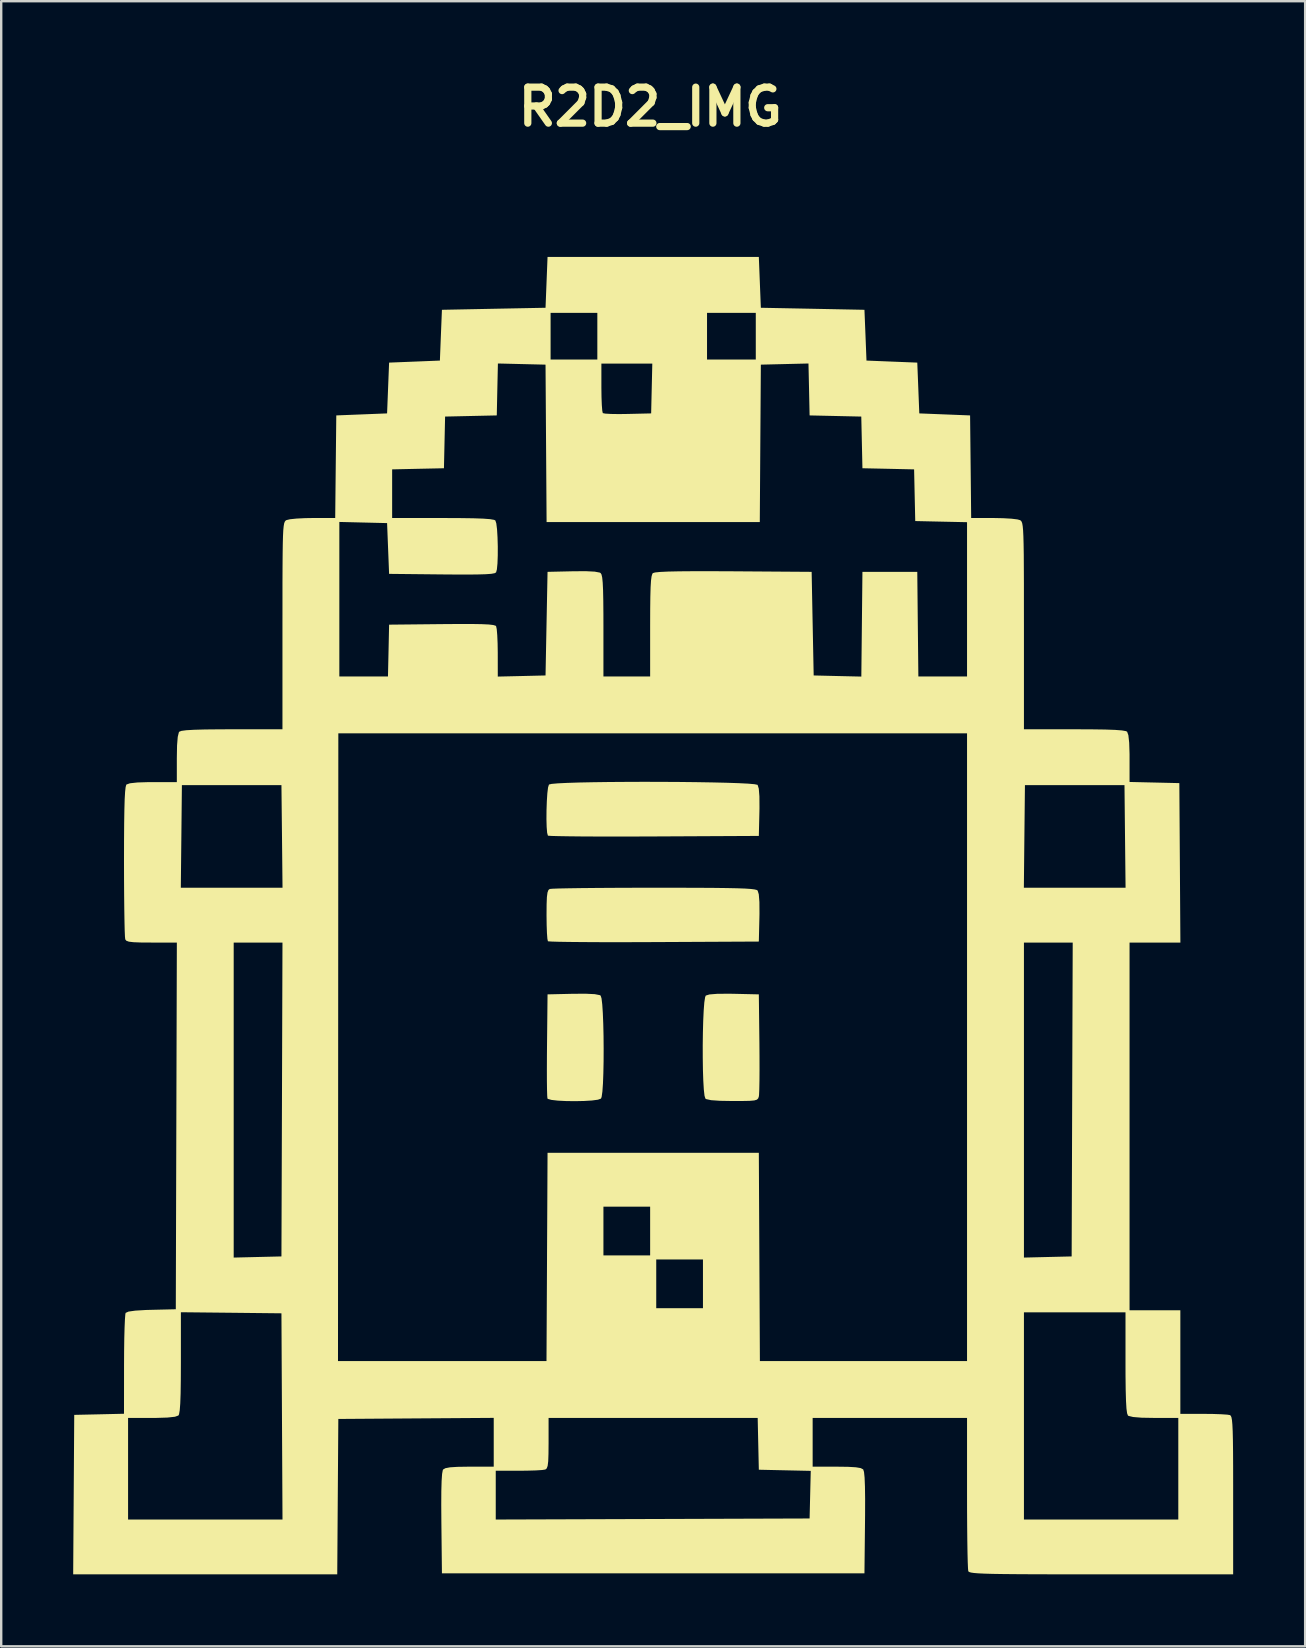
<source format=kicad_pcb>
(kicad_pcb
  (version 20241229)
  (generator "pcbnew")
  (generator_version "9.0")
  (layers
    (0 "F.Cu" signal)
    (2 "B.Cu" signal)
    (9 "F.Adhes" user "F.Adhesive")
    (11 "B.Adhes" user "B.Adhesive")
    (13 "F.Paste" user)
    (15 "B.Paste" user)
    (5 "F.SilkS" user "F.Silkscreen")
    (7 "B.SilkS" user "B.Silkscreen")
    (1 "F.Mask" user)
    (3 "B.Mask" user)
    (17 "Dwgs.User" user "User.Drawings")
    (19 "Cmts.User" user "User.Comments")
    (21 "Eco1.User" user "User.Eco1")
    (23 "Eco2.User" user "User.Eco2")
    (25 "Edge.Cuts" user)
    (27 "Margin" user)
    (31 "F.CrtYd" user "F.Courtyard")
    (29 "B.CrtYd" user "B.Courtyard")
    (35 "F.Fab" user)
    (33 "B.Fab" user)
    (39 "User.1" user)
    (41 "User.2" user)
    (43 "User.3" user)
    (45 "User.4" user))
  (footprint "R2D2_IMG"
    (layer "F.Cu")
    (at 24.555 35.304)
    (property "Reference" "R2D2_IMG" (at -0.5 -33.9 0) (layer "F.SilkS") (effects (font (size 1.5 1.5) (thickness 0.3))))
    (attr board_only exclude_from_pos_files exclude_from_bom)
    (fp_poly (pts (xy -2.817 3.081) (xy -2.607 3.122) (xy -2.573 3.14) (xy -2.535 3.254) (xy -2.504 3.508) (xy -2.48 3.874) (xy -2.462 4.322) (xy -2.45 4.825) (xy -2.446 5.353) (xy -2.448 5.877) (xy -2.458 6.369) (xy -2.474 6.8) (xy -2.498 7.141) (xy -2.53 7.364) (xy -2.557 7.434) (xy -2.684 7.48) (xy -2.932 7.513) (xy -3.262 7.533) (xy -3.636 7.541) (xy -4.013 7.536) (xy -4.354 7.519) (xy -4.619 7.489) (xy -4.769 7.447) (xy -4.788 7.428) (xy -4.798 7.317) (xy -4.806 7.06) (xy -4.811 6.683) (xy -4.812 6.209) (xy -4.81 5.663) (xy -4.806 5.205) (xy -4.784 3.09) (xy -3.737 3.066) (xy -3.194 3.063)) (stroke (width 0) (type solid)) (fill yes) (layer "F.SilkS"))
    (fp_poly (pts (xy 2.975 3.066) (xy 4.022 3.09) (xy 4.046 5.122) (xy 4.05 5.702) (xy 4.051 6.234) (xy 4.048 6.691) (xy 4.041 7.047) (xy 4.031 7.277) (xy 4.023 7.345) (xy 3.996 7.424) (xy 3.942 7.478) (xy 3.832 7.511) (xy 3.636 7.528) (xy 3.326 7.534) (xy 2.936 7.535) (xy 2.4 7.526) (xy 2.031 7.5) (xy 1.828 7.455) (xy 1.795 7.434) (xy 1.758 7.314) (xy 1.729 7.055) (xy 1.707 6.685) (xy 1.692 6.234) (xy 1.685 5.73) (xy 1.684 5.202) (xy 1.691 4.678) (xy 1.704 4.188) (xy 1.724 3.76) (xy 1.75 3.423) (xy 1.784 3.206) (xy 1.811 3.14) (xy 1.964 3.093) (xy 2.284 3.067) (xy 2.77 3.063)) (stroke (width 0) (type solid)) (fill yes) (layer "F.SilkS"))
    (fp_poly (pts (xy -0.036 -5.767) (xy 0.703 -5.763) (xy 1.414 -5.755) (xy 2.076 -5.744) (xy 2.67 -5.73) (xy 3.176 -5.713) (xy 3.574 -5.693) (xy 3.844 -5.669) (xy 3.968 -5.643) (xy 3.972 -5.639) (xy 4.02 -5.484) (xy 4.046 -5.161) (xy 4.049 -4.672) (xy 4.046 -4.518) (xy 4.022 -3.514) (xy -0.345 -3.492) (xy -1.189 -3.489) (xy -1.982 -3.488) (xy -2.707 -3.489) (xy -3.348 -3.492) (xy -3.89 -3.498) (xy -4.316 -3.505) (xy -4.61 -3.513) (xy -4.756 -3.523) (xy -4.769 -3.527) (xy -4.801 -3.644) (xy -4.821 -3.887) (xy -4.83 -4.215) (xy -4.827 -4.586) (xy -4.814 -4.957) (xy -4.793 -5.287) (xy -4.763 -5.534) (xy -4.725 -5.655) (xy -4.724 -5.656) (xy -4.615 -5.682) (xy -4.357 -5.705) (xy -3.969 -5.724) (xy -3.472 -5.74) (xy -2.886 -5.752) (xy -2.229 -5.761) (xy -1.522 -5.766) (xy -0.784 -5.769)) (stroke (width 0) (type solid)) (fill yes) (layer "F.SilkS"))
    (fp_poly (pts (xy 0.636 -1.354) (xy 1.458 -1.352) (xy 2.136 -1.348) (xy 2.684 -1.341) (xy 3.116 -1.332) (xy 3.443 -1.32) (xy 3.68 -1.304) (xy 3.838 -1.285) (xy 3.932 -1.262) (xy 3.972 -1.237) (xy 4.02 -1.081) (xy 4.046 -0.758) (xy 4.049 -0.269) (xy 4.046 -0.115) (xy 4.022 0.889) (xy -0.345 0.911) (xy -1.189 0.914) (xy -1.982 0.915) (xy -2.707 0.914) (xy -3.348 0.91) (xy -3.89 0.905) (xy -4.316 0.898) (xy -4.61 0.889) (xy -4.756 0.879) (xy -4.769 0.876) (xy -4.791 0.773) (xy -4.809 0.537) (xy -4.821 0.2) (xy -4.826 -0.201) (xy -4.826 -0.217) (xy -4.823 -0.663) (xy -4.811 -0.967) (xy -4.786 -1.157) (xy -4.747 -1.26) (xy -4.692 -1.303) (xy -4.583 -1.313) (xy -4.322 -1.323) (xy -3.924 -1.331) (xy -3.408 -1.339) (xy -2.789 -1.345) (xy -2.085 -1.35) (xy -1.312 -1.353) (xy -0.486 -1.355) (xy -0.342 -1.355)) (stroke (width 0) (type solid)) (fill yes) (layer "F.SilkS"))
    (fp_poly (pts (xy 4.064 -26.585) (xy 4.106 -25.527) (xy 6.265 -25.485) (xy 8.424 -25.442) (xy 8.467 -24.384) (xy 8.509 -23.326) (xy 9.567 -23.283) (xy 10.626 -23.241) (xy 10.668 -22.183) (xy 10.71 -21.124) (xy 11.769 -21.082) (xy 12.827 -21.04) (xy 12.85 -18.902) (xy 12.872 -16.764) (xy 13.808 -16.764) (xy 14.204 -16.756) (xy 14.55 -16.736) (xy 14.802 -16.705) (xy 14.907 -16.676) (xy 14.944 -16.652) (xy 14.974 -16.611) (xy 15 -16.54) (xy 15.02 -16.424) (xy 15.036 -16.251) (xy 15.048 -16.006) (xy 15.057 -15.674) (xy 15.064 -15.243) (xy 15.067 -14.698) (xy 15.07 -14.024) (xy 15.07 -13.209) (xy 15.071 -12.274) (xy 15.071 -7.959) (xy 17.17 -7.959) (xy 17.89 -7.956) (xy 18.452 -7.948) (xy 18.87 -7.933) (xy 19.155 -7.911) (xy 19.321 -7.882) (xy 19.372 -7.857) (xy 19.424 -7.711) (xy 19.458 -7.398) (xy 19.473 -6.92) (xy 19.473 -6.759) (xy 19.473 -5.763) (xy 20.511 -5.739) (xy 21.548 -5.715) (xy 21.57 -2.392) (xy 21.592 0.931) (xy 20.533 0.931) (xy 19.473 0.931) (xy 19.473 8.594) (xy 19.473 16.256) (xy 20.532 16.256) (xy 21.59 16.256) (xy 21.59 18.415) (xy 21.59 20.574) (xy 22.557 20.574) (xy 22.955 20.578) (xy 23.299 20.59) (xy 23.549 20.607) (xy 23.657 20.625) (xy 23.692 20.653) (xy 23.72 20.718) (xy 23.742 20.837) (xy 23.759 21.023) (xy 23.772 21.293) (xy 23.781 21.663) (xy 23.787 22.148) (xy 23.79 22.763) (xy 23.791 23.524) (xy 23.791 23.97) (xy 23.791 27.263) (xy 18.297 27.263) (xy 17.19 27.262) (xy 16.24 27.261) (xy 15.436 27.259) (xy 14.765 27.255) (xy 14.215 27.25) (xy 13.775 27.243) (xy 13.432 27.233) (xy 13.174 27.221) (xy 12.99 27.206) (xy 12.867 27.188) (xy 12.794 27.166) (xy 12.758 27.141) (xy 12.751 27.129) (xy 12.74 27.016) (xy 12.729 26.753) (xy 12.719 26.361) (xy 12.711 25.859) (xy 12.705 25.266) (xy 12.701 24.603) (xy 12.7 23.888) (xy 12.7 23.869) (xy 12.7 20.743) (xy 9.483 20.743) (xy 6.265 20.743) (xy 6.265 21.759) (xy 6.265 22.775) (xy 7.271 22.775) (xy 7.741 22.781) (xy 8.066 22.8) (xy 8.267 22.834) (xy 8.369 22.887) (xy 8.373 22.892) (xy 8.406 22.998) (xy 8.43 23.231) (xy 8.445 23.602) (xy 8.452 24.119) (xy 8.45 24.792) (xy 8.447 25.114) (xy 8.424 27.22) (xy -0.381 27.22) (xy -9.186 27.22) (xy -9.209 25.114) (xy -9.21 24.978) (xy -6.943 24.978) (xy -0.402 24.956) (xy 6.138 24.934) (xy 6.162 23.942) (xy 6.186 22.95) (xy 5.104 22.926) (xy 4.022 22.902) (xy 3.998 21.823) (xy 3.974 20.743) (xy -0.384 20.743) (xy -4.741 20.743) (xy -4.741 21.793) (xy -4.745 22.242) (xy -4.756 22.549) (xy -4.78 22.742) (xy -4.819 22.848) (xy -4.875 22.893) (xy -5.01 22.914) (xy -5.275 22.931) (xy -5.629 22.941) (xy -5.976 22.945) (xy -6.943 22.945) (xy -6.943 23.961) (xy -6.943 24.978) (xy -9.21 24.978) (xy -9.214 24.375) (xy -9.211 23.795) (xy -9.199 23.366) (xy -9.179 23.077) (xy -9.15 22.92) (xy -9.135 22.892) (xy -9.041 22.838) (xy -8.848 22.802) (xy -8.535 22.782) (xy -8.077 22.775) (xy -8.033 22.775) (xy -7.027 22.775) (xy -7.027 21.758) (xy -7.027 20.741) (xy -10.266 20.763) (xy -13.504 20.786) (xy -13.527 24.024) (xy -13.549 27.263) (xy -19.052 27.263) (xy -24.555 27.263) (xy -24.54 24.977) (xy -22.267 24.977) (xy -19.049 24.977) (xy -15.831 24.977) (xy -15.853 20.68) (xy -15.865 18.373) (xy -13.518 18.373) (xy -9.173 18.373) (xy -4.828 18.373) (xy -4.806 14.139) (xy -0.254 14.139) (xy -0.254 15.155) (xy -0.254 16.171) (xy 0.72 16.171) (xy 1.693 16.171) (xy 1.693 15.155) (xy 1.693 14.139) (xy 0.72 14.139) (xy -0.254 14.139) (xy -4.806 14.139) (xy -4.806 14.034) (xy -4.795 11.938) (xy -2.455 11.938) (xy -2.455 12.954) (xy -2.455 13.97) (xy -1.482 13.97) (xy -0.508 13.97) (xy -0.508 12.954) (xy -0.508 11.938) (xy -1.482 11.938) (xy -2.455 11.938) (xy -4.795 11.938) (xy -4.784 9.694) (xy -0.381 9.694) (xy 4.022 9.694) (xy 4.044 14.034) (xy 4.066 18.373) (xy 8.383 18.373) (xy 12.7 18.373) (xy 12.7 16.341) (xy 15.071 16.341) (xy 15.071 20.659) (xy 15.071 24.977) (xy 18.288 24.977) (xy 21.505 24.977) (xy 21.505 22.86) (xy 21.505 20.743) (xy 20.506 20.743) (xy 19.981 20.734) (xy 19.622 20.705) (xy 19.429 20.658) (xy 19.406 20.642) (xy 19.371 20.551) (xy 19.344 20.35) (xy 19.325 20.024) (xy 19.312 19.563) (xy 19.305 18.953) (xy 19.304 18.44) (xy 19.304 16.341) (xy 17.187 16.341) (xy 15.071 16.341) (xy 12.7 16.341) (xy 12.7 5.292) (xy 12.7 0.931) (xy 15.071 0.931) (xy 15.071 7.496) (xy 15.071 14.06) (xy 16.066 14.036) (xy 17.06 14.012) (xy 17.082 7.472) (xy 17.104 0.931) (xy 16.087 0.931) (xy 15.071 0.931) (xy 12.7 0.931) (xy 12.7 -1.355) (xy 15.068 -1.355) (xy 17.187 -1.355) (xy 19.307 -1.355) (xy 19.284 -3.493) (xy 19.262 -5.63) (xy 17.187 -5.63) (xy 15.113 -5.63) (xy 15.09 -3.493) (xy 15.068 -1.355) (xy 12.7 -1.355) (xy 12.7 -7.789) (xy -0.402 -7.789) (xy -13.504 -7.789) (xy -13.511 5.292) (xy -13.518 18.373) (xy -15.865 18.373) (xy -15.875 16.383) (xy -17.971 16.36) (xy -20.066 16.338) (xy -20.066 18.439) (xy -20.069 19.158) (xy -20.077 19.721) (xy -20.092 20.139) (xy -20.114 20.425) (xy -20.143 20.591) (xy -20.168 20.642) (xy -20.313 20.694) (xy -20.626 20.728) (xy -21.106 20.743) (xy -21.268 20.743) (xy -22.267 20.743) (xy -22.267 22.86) (xy -22.267 24.977) (xy -24.54 24.977) (xy -24.533 23.939) (xy -24.511 20.616) (xy -23.474 20.593) (xy -22.437 20.569) (xy -22.435 18.518) (xy -22.432 17.942) (xy -22.425 17.42) (xy -22.413 16.976) (xy -22.398 16.636) (xy -22.381 16.424) (xy -22.369 16.365) (xy -22.249 16.311) (xy -21.966 16.271) (xy -21.517 16.244) (xy -21.29 16.238) (xy -20.278 16.214) (xy -20.256 8.572) (xy -20.234 0.931) (xy -17.865 0.931) (xy -17.865 7.496) (xy -17.865 14.06) (xy -16.87 14.036) (xy -15.875 14.012) (xy -15.853 7.472) (xy -15.832 0.931) (xy -16.848 0.931) (xy -17.865 0.931) (xy -20.234 0.931) (xy -21.284 0.931) (xy -21.733 0.928) (xy -22.041 0.916) (xy -22.234 0.893) (xy -22.34 0.854) (xy -22.385 0.797) (xy -22.397 0.685) (xy -22.408 0.422) (xy -22.417 0.03) (xy -22.425 -0.472) (xy -22.431 -1.065) (xy -22.433 -1.355) (xy -20.069 -1.355) (xy -17.949 -1.355) (xy -15.83 -1.355) (xy -15.852 -3.493) (xy -15.875 -5.63) (xy -17.949 -5.63) (xy -20.024 -5.63) (xy -20.046 -3.493) (xy -20.069 -1.355) (xy -22.433 -1.355) (xy -22.435 -1.727) (xy -22.437 -2.44) (xy -22.437 -2.445) (xy -22.435 -3.319) (xy -22.43 -4.035) (xy -22.421 -4.604) (xy -22.409 -5.039) (xy -22.391 -5.349) (xy -22.369 -5.548) (xy -22.342 -5.646) (xy -22.335 -5.656) (xy -22.189 -5.708) (xy -21.876 -5.742) (xy -21.397 -5.757) (xy -21.234 -5.757) (xy -20.235 -5.757) (xy -20.235 -6.756) (xy -20.226 -7.282) (xy -20.197 -7.641) (xy -20.15 -7.833) (xy -20.134 -7.857) (xy -20.043 -7.892) (xy -19.842 -7.919) (xy -19.516 -7.938) (xy -19.055 -7.951) (xy -18.445 -7.957) (xy -17.932 -7.959) (xy -15.833 -7.959) (xy -15.833 -10.16) (xy -13.462 -10.16) (xy -12.449 -10.16) (xy -11.435 -10.16) (xy -11.411 -11.239) (xy -11.388 -12.319) (xy -9.192 -12.342) (xy -8.489 -12.347) (xy -7.938 -12.347) (xy -7.525 -12.34) (xy -7.233 -12.326) (xy -7.047 -12.304) (xy -6.949 -12.275) (xy -6.929 -12.257) (xy -6.902 -12.134) (xy -6.88 -11.879) (xy -6.865 -11.531) (xy -6.859 -11.152) (xy -6.858 -10.155) (xy -5.863 -10.178) (xy -4.868 -10.202) (xy -4.826 -12.361) (xy -4.784 -14.52) (xy -3.737 -14.544) (xy -3.194 -14.548) (xy -2.817 -14.529) (xy -2.607 -14.489) (xy -2.573 -14.47) (xy -2.535 -14.409) (xy -2.506 -14.281) (xy -2.485 -14.071) (xy -2.47 -13.758) (xy -2.461 -13.326) (xy -2.456 -12.755) (xy -2.455 -12.266) (xy -2.455 -10.16) (xy -1.482 -10.16) (xy -0.508 -10.16) (xy -0.508 -12.266) (xy -0.506 -12.947) (xy -0.5 -13.476) (xy -0.489 -13.872) (xy -0.472 -14.153) (xy -0.448 -14.335) (xy -0.416 -14.438) (xy -0.392 -14.469) (xy -0.301 -14.495) (xy -0.094 -14.516) (xy 0.238 -14.532) (xy 0.704 -14.542) (xy 1.313 -14.547) (xy 2.073 -14.547) (xy 2.973 -14.543) (xy 6.223 -14.52) (xy 6.265 -12.361) (xy 6.308 -10.202) (xy 7.301 -10.178) (xy 8.294 -10.155) (xy 8.317 -12.337) (xy 8.34 -14.52) (xy 9.483 -14.52) (xy 10.626 -14.52) (xy 10.648 -12.34) (xy 10.671 -10.16) (xy 11.685 -10.16) (xy 12.7 -10.16) (xy 12.7 -13.375) (xy 12.7 -16.59) (xy 11.62 -16.613) (xy 10.541 -16.637) (xy 10.517 -17.714) (xy 10.494 -18.791) (xy 9.417 -18.815) (xy 8.34 -18.838) (xy 8.316 -19.915) (xy 8.292 -20.992) (xy 7.215 -21.016) (xy 6.138 -21.04) (xy 6.115 -22.122) (xy 6.091 -23.204) (xy 5.099 -23.18) (xy 4.106 -23.156) (xy 4.084 -19.875) (xy 4.062 -16.595) (xy -0.381 -16.595) (xy -4.824 -16.595) (xy -4.846 -19.875) (xy -4.868 -23.156) (xy -5.861 -23.18) (xy -6.631 -23.199) (xy -2.54 -23.199) (xy -2.54 -22.197) (xy -2.535 -21.8) (xy -2.522 -21.468) (xy -2.503 -21.234) (xy -2.481 -21.136) (xy -2.378 -21.115) (xy -2.141 -21.101) (xy -1.807 -21.096) (xy -1.444 -21.101) (xy -0.466 -21.124) (xy -0.442 -22.162) (xy -0.418 -23.199) (xy -1.479 -23.199) (xy -2.54 -23.199) (xy -6.631 -23.199) (xy -6.853 -23.204) (xy -6.877 -22.122) (xy -6.9 -21.04) (xy -7.977 -21.016) (xy -9.054 -20.992) (xy -9.078 -19.915) (xy -9.102 -18.838) (xy -10.181 -18.815) (xy -11.261 -18.791) (xy -11.261 -17.777) (xy -11.261 -16.764) (xy -9.161 -16.764) (xy -8.442 -16.761) (xy -7.879 -16.753) (xy -7.462 -16.738) (xy -7.176 -16.716) (xy -7.01 -16.687) (xy -6.96 -16.662) (xy -6.92 -16.541) (xy -6.889 -16.292) (xy -6.869 -15.958) (xy -6.858 -15.582) (xy -6.859 -15.205) (xy -6.871 -14.869) (xy -6.896 -14.618) (xy -6.929 -14.498) (xy -6.988 -14.464) (xy -7.129 -14.438) (xy -7.367 -14.421) (xy -7.719 -14.411) (xy -8.2 -14.407) (xy -8.826 -14.41) (xy -9.192 -14.413) (xy -11.388 -14.436) (xy -11.43 -15.494) (xy -11.472 -16.552) (xy -12.467 -16.576) (xy -13.462 -16.6) (xy -13.462 -13.38) (xy -13.462 -10.16) (xy -15.833 -10.16) (xy -15.833 -12.274) (xy -15.832 -13.239) (xy -15.832 -14.049) (xy -15.829 -14.718) (xy -15.825 -15.259) (xy -15.819 -15.687) (xy -15.81 -16.015) (xy -15.798 -16.258) (xy -15.781 -16.429) (xy -15.761 -16.543) (xy -15.735 -16.612) (xy -15.704 -16.653) (xy -15.669 -16.676) (xy -15.52 -16.712) (xy -15.244 -16.741) (xy -14.884 -16.759) (xy -14.57 -16.764) (xy -13.634 -16.764) (xy -13.612 -18.902) (xy -13.589 -21.04) (xy -12.531 -21.082) (xy -11.472 -21.124) (xy -11.43 -22.183) (xy -11.388 -23.241) (xy -10.329 -23.283) (xy -9.271 -23.326) (xy -9.229 -24.384) (xy -9.191 -25.315) (xy -4.657 -25.315) (xy -4.657 -24.342) (xy -4.657 -23.368) (xy -3.683 -23.368) (xy -2.709 -23.368) (xy -2.709 -24.342) (xy -2.709 -25.315) (xy 1.863 -25.315) (xy 1.863 -24.342) (xy 1.863 -23.368) (xy 2.879 -23.368) (xy 3.895 -23.368) (xy 3.895 -24.342) (xy 3.895 -25.315) (xy 2.879 -25.315) (xy 1.863 -25.315) (xy -2.709 -25.315) (xy -3.683 -25.315) (xy -4.657 -25.315) (xy -9.191 -25.315) (xy -9.186 -25.442) (xy -7.027 -25.485) (xy -4.868 -25.527) (xy -4.826 -26.585) (xy -4.784 -27.644) (xy -0.381 -27.644) (xy 4.022 -27.644)) (stroke (width 0) (type solid)) (fill yes) (layer "F.SilkS")))
  (gr_rect
    (start -3 -3)
    (end 51.347 65.567)
    (stroke (width 0.1) (type default))
    (fill no)
    (layer "Edge.Cuts")))
</source>
